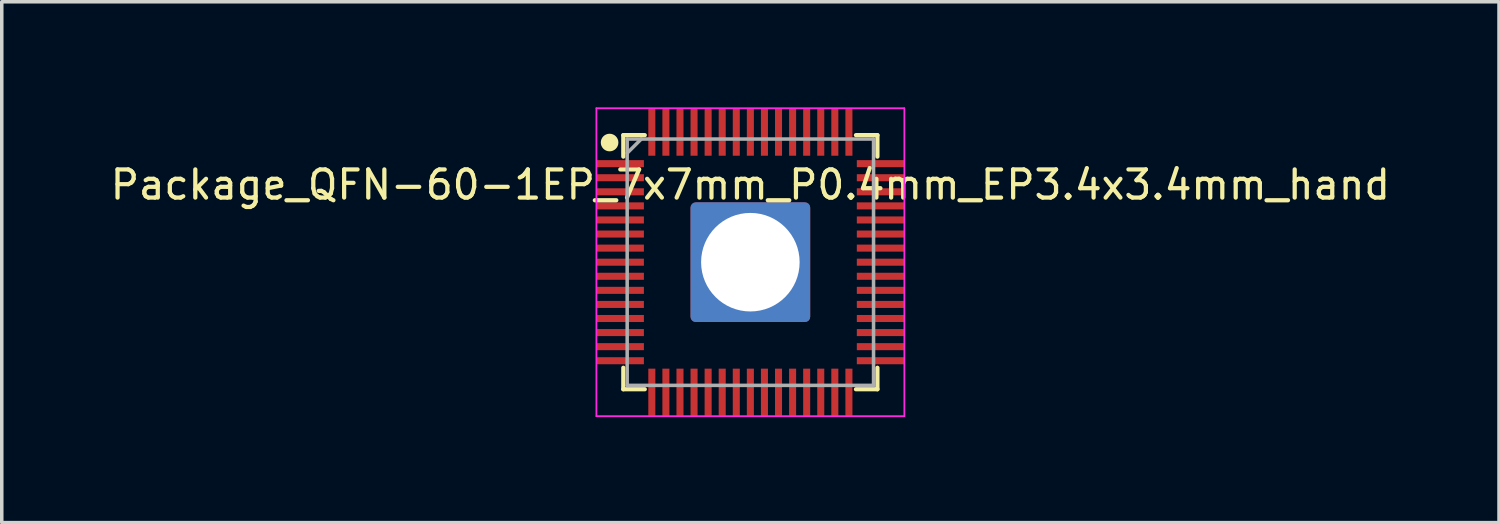
<source format=kicad_pcb>
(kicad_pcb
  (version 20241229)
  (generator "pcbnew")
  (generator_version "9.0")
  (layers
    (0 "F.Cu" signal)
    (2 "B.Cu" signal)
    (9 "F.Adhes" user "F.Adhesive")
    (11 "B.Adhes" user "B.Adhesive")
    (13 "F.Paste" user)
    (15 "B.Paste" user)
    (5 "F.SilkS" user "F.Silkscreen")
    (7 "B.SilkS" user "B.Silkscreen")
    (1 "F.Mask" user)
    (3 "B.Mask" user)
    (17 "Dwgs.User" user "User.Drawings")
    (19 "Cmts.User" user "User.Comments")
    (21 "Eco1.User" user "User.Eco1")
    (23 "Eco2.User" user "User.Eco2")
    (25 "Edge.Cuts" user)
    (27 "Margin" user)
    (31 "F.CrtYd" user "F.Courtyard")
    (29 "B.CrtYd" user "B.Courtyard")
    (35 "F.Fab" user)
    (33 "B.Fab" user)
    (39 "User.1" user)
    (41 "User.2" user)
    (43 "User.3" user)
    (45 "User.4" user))
  (footprint "Package_QFN-60-1EP_7x7mm_P0.4mm_EP3.4x3.4mm_hand"
    (layer "F.Cu")
    (at 18.271 4.4)
    (property "Reference" "Package_QFN-60-1EP_7x7mm_P0.4mm_EP3.4x3.4mm_hand" (at 0 -2.2 0) (layer "F.SilkS") (effects (font (size 0.8 0.8) (thickness 0.12))))
    (attr smd)
    (fp_line (start -3.61 -3.61) (end -3.61 -3) (stroke (width 0.12) (type solid)) (layer "F.SilkS"))
    (fp_line (start -3.61 3.61) (end -3.61 3) (stroke (width 0.12) (type solid)) (layer "F.SilkS"))
    (fp_line (start -3 -3.61) (end -3.61 -3.61) (stroke (width 0.12) (type solid)) (layer "F.SilkS"))
    (fp_line (start -3 3.61) (end -3.61 3.61) (stroke (width 0.12) (type solid)) (layer "F.SilkS"))
    (fp_line (start 3 -3.61) (end 3.61 -3.61) (stroke (width 0.12) (type solid)) (layer "F.SilkS"))
    (fp_line (start 3 3.61) (end 3.61 3.61) (stroke (width 0.12) (type solid)) (layer "F.SilkS"))
    (fp_line (start 3.61 -3.61) (end 3.61 -3) (stroke (width 0.12) (type solid)) (layer "F.SilkS"))
    (fp_line (start 3.61 3.61) (end 3.61 3) (stroke (width 0.12) (type solid)) (layer "F.SilkS"))
    (fp_circle (center -4 -3.4) (end -3.85 -3.4) (stroke (width 0.2) (type solid)) (fill yes) (layer "F.SilkS"))
    (fp_line (start -4.375 -4.375) (end 4.375 -4.375) (stroke (width 0.05) (type solid)) (layer "F.CrtYd"))
    (fp_line (start -4.375 4.375) (end -4.375 -4.375) (stroke (width 0.05) (type solid)) (layer "F.CrtYd"))
    (fp_line (start 4.375 -4.375) (end 4.375 4.375) (stroke (width 0.05) (type solid)) (layer "F.CrtYd"))
    (fp_line (start 4.375 4.375) (end -4.375 4.375) (stroke (width 0.05) (type solid)) (layer "F.CrtYd"))
    (fp_line (start -3.5 -3.5) (end 3.5 -3.5) (stroke (width 0.1) (type solid)) (layer "F.Fab"))
    (fp_line (start -3.5 -3.1) (end -3.1 -3.5) (stroke (width 0.1) (type solid)) (layer "F.Fab"))
    (fp_line (start -3.5 3.5) (end -3.5 -3.5) (stroke (width 0.1) (type solid)) (layer "F.Fab"))
    (fp_line (start 3.5 -3.5) (end 3.5 3.5) (stroke (width 0.1) (type solid)) (layer "F.Fab"))
    (fp_line (start 3.5 3.5) (end -3.5 3.5) (stroke (width 0.1) (type solid)) (layer "F.Fab"))
    (pad "1" smd rect (at -3.7 -2.8 90) (size 0.2 1.35) (layers "F.Cu" "F.Mask" "F.Paste"))
    (pad "2" smd rect (at -3.7 -2.4 90) (size 0.2 1.35) (layers "F.Cu" "F.Mask" "F.Paste"))
    (pad "3" smd rect (at -3.7 -2 90) (size 0.2 1.35) (layers "F.Cu" "F.Mask" "F.Paste"))
    (pad "4" smd rect (at -3.7 -1.6 90) (size 0.2 1.35) (layers "F.Cu" "F.Mask" "F.Paste"))
    (pad "5" smd rect (at -3.7 -1.2 90) (size 0.2 1.35) (layers "F.Cu" "F.Mask" "F.Paste"))
    (pad "6" smd rect (at -3.7 -0.8 90) (size 0.2 1.35) (layers "F.Cu" "F.Mask" "F.Paste"))
    (pad "7" smd rect (at -3.7 -0.4 90) (size 0.2 1.35) (layers "F.Cu" "F.Mask" "F.Paste"))
    (pad "8" smd rect (at -3.7 0 90) (size 0.2 1.35) (layers "F.Cu" "F.Mask" "F.Paste"))
    (pad "9" smd rect (at -3.7 0.4 90) (size 0.2 1.35) (layers "F.Cu" "F.Mask" "F.Paste"))
    (pad "10" smd rect (at -3.7 0.8 90) (size 0.2 1.35) (layers "F.Cu" "F.Mask" "F.Paste"))
    (pad "11" smd rect (at -3.7 1.2 90) (size 0.2 1.35) (layers "F.Cu" "F.Mask" "F.Paste"))
    (pad "12" smd rect (at -3.7 1.6 90) (size 0.2 1.35) (layers "F.Cu" "F.Mask" "F.Paste"))
    (pad "13" smd rect (at -3.7 2 90) (size 0.2 1.35) (layers "F.Cu" "F.Mask" "F.Paste"))
    (pad "14" smd rect (at -3.7 2.4 90) (size 0.2 1.35) (layers "F.Cu" "F.Mask" "F.Paste"))
    (pad "15" smd rect (at -3.7 2.8 90) (size 0.2 1.35) (layers "F.Cu" "F.Mask" "F.Paste"))
    (pad "16" smd rect (at -2.8 3.7 180) (size 0.2 1.35) (layers "F.Cu" "F.Mask" "F.Paste"))
    (pad "17" smd rect (at -2.4 3.7) (size 0.2 1.35) (layers "F.Cu" "F.Mask" "F.Paste"))
    (pad "18" smd rect (at -2 3.7) (size 0.2 1.35) (layers "F.Cu" "F.Mask" "F.Paste"))
    (pad "19" smd rect (at -1.6 3.7) (size 0.2 1.35) (layers "F.Cu" "F.Mask" "F.Paste"))
    (pad "20" smd rect (at -1.2 3.7) (size 0.2 1.35) (layers "F.Cu" "F.Mask" "F.Paste"))
    (pad "21" smd rect (at -0.8 3.7) (size 0.2 1.35) (layers "F.Cu" "F.Mask" "F.Paste"))
    (pad "22" smd rect (at -0.4 3.7) (size 0.2 1.35) (layers "F.Cu" "F.Mask" "F.Paste"))
    (pad "23" smd rect (at 0 3.7) (size 0.2 1.35) (layers "F.Cu" "F.Mask" "F.Paste"))
    (pad "24" smd rect (at 0.4 3.7) (size 0.2 1.35) (layers "F.Cu" "F.Mask" "F.Paste"))
    (pad "25" smd rect (at 0.8 3.7) (size 0.2 1.35) (layers "F.Cu" "F.Mask" "F.Paste"))
    (pad "26" smd rect (at 1.2 3.7) (size 0.2 1.35) (layers "F.Cu" "F.Mask" "F.Paste"))
    (pad "27" smd rect (at 1.6 3.7) (size 0.2 1.35) (layers "F.Cu" "F.Mask" "F.Paste"))
    (pad "28" smd rect (at 2 3.7) (size 0.2 1.35) (layers "F.Cu" "F.Mask" "F.Paste"))
    (pad "29" smd rect (at 2.4 3.7 180) (size 0.2 1.35) (layers "F.Cu" "F.Mask" "F.Paste"))
    (pad "30" smd rect (at 2.8 3.7 180) (size 0.2 1.35) (layers "F.Cu" "F.Mask" "F.Paste"))
    (pad "31" smd rect (at 3.7 2.8 90) (size 0.2 1.35) (layers "F.Cu" "F.Mask" "F.Paste"))
    (pad "32" smd rect (at 3.7 2.4 90) (size 0.2 1.35) (layers "F.Cu" "F.Mask" "F.Paste"))
    (pad "33" smd rect (at 3.7 2 90) (size 0.2 1.35) (layers "F.Cu" "F.Mask" "F.Paste"))
    (pad "34" smd rect (at 3.7 1.6 90) (size 0.2 1.35) (layers "F.Cu" "F.Mask" "F.Paste"))
    (pad "35" smd rect (at 3.7 1.2 90) (size 0.2 1.35) (layers "F.Cu" "F.Mask" "F.Paste"))
    (pad "36" smd rect (at 3.7 0.8 90) (size 0.2 1.35) (layers "F.Cu" "F.Mask" "F.Paste"))
    (pad "37" smd rect (at 3.7 0.4 90) (size 0.2 1.35) (layers "F.Cu" "F.Mask" "F.Paste"))
    (pad "38" smd rect (at 3.7 0 90) (size 0.2 1.35) (layers "F.Cu" "F.Mask" "F.Paste"))
    (pad "39" smd rect (at 3.7 -0.4 90) (size 0.2 1.35) (layers "F.Cu" "F.Mask" "F.Paste"))
    (pad "40" smd rect (at 3.7 -0.8 90) (size 0.2 1.35) (layers "F.Cu" "F.Mask" "F.Paste"))
    (pad "41" smd rect (at 3.7 -1.2 90) (size 0.2 1.35) (layers "F.Cu" "F.Mask" "F.Paste"))
    (pad "42" smd rect (at 3.7 -1.6 90) (size 0.2 1.35) (layers "F.Cu" "F.Mask" "F.Paste"))
    (pad "43" smd rect (at 3.7 -2 90) (size 0.2 1.35) (layers "F.Cu" "F.Mask" "F.Paste"))
    (pad "44" smd rect (at 3.7 -2.4 90) (size 0.2 1.35) (layers "F.Cu" "F.Mask" "F.Paste"))
    (pad "45" smd rect (at 3.7 -2.8 90) (size 0.2 1.35) (layers "F.Cu" "F.Mask" "F.Paste"))
    (pad "46" smd rect (at 2.8 -3.7) (size 0.2 1.35) (layers "F.Cu" "F.Mask" "F.Paste"))
    (pad "47" smd rect (at 2.4 -3.7) (size 0.2 1.35) (layers "F.Cu" "F.Mask" "F.Paste"))
    (pad "48" smd rect (at 2 -3.7) (size 0.2 1.35) (layers "F.Cu" "F.Mask" "F.Paste"))
    (pad "49" smd rect (at 1.6 -3.7) (size 0.2 1.35) (layers "F.Cu" "F.Mask" "F.Paste"))
    (pad "50" smd rect (at 1.2 -3.7) (size 0.2 1.35) (layers "F.Cu" "F.Mask" "F.Paste"))
    (pad "51" smd rect (at 0.8 -3.7) (size 0.2 1.35) (layers "F.Cu" "F.Mask" "F.Paste"))
    (pad "52" smd rect (at 0.4 -3.7) (size 0.2 1.35) (layers "F.Cu" "F.Mask" "F.Paste"))
    (pad "53" smd rect (at 0 -3.7) (size 0.2 1.35) (layers "F.Cu" "F.Mask" "F.Paste"))
    (pad "54" smd rect (at -0.4 -3.7) (size 0.2 1.35) (layers "F.Cu" "F.Mask" "F.Paste"))
    (pad "55" smd rect (at -0.8 -3.7) (size 0.2 1.35) (layers "F.Cu" "F.Mask" "F.Paste"))
    (pad "56" smd rect (at -1.2 -3.7) (size 0.2 1.35) (layers "F.Cu" "F.Mask" "F.Paste"))
    (pad "57" smd rect (at -1.6 -3.7) (size 0.2 1.35) (layers "F.Cu" "F.Mask" "F.Paste"))
    (pad "58" smd rect (at -2 -3.7) (size 0.2 1.35) (layers "F.Cu" "F.Mask" "F.Paste"))
    (pad "59" smd rect (at -2.4 -3.7) (size 0.2 1.35) (layers "F.Cu" "F.Mask" "F.Paste"))
    (pad "60" smd rect (at -2.8 -3.7) (size 0.2 1.35) (layers "F.Cu" "F.Mask" "F.Paste"))
    (pad "61" thru_hole roundrect (at 0 0) (size 3.4 3.4) (drill 2.8) (layers "*.Cu" "*.Mask") (roundrect_rratio 0.044)))
  (gr_rect
    (start -3 -3)
    (end 39.543 11.8)
    (stroke (width 0.1) (type default))
    (fill no)
    (layer "Edge.Cuts")))
</source>
